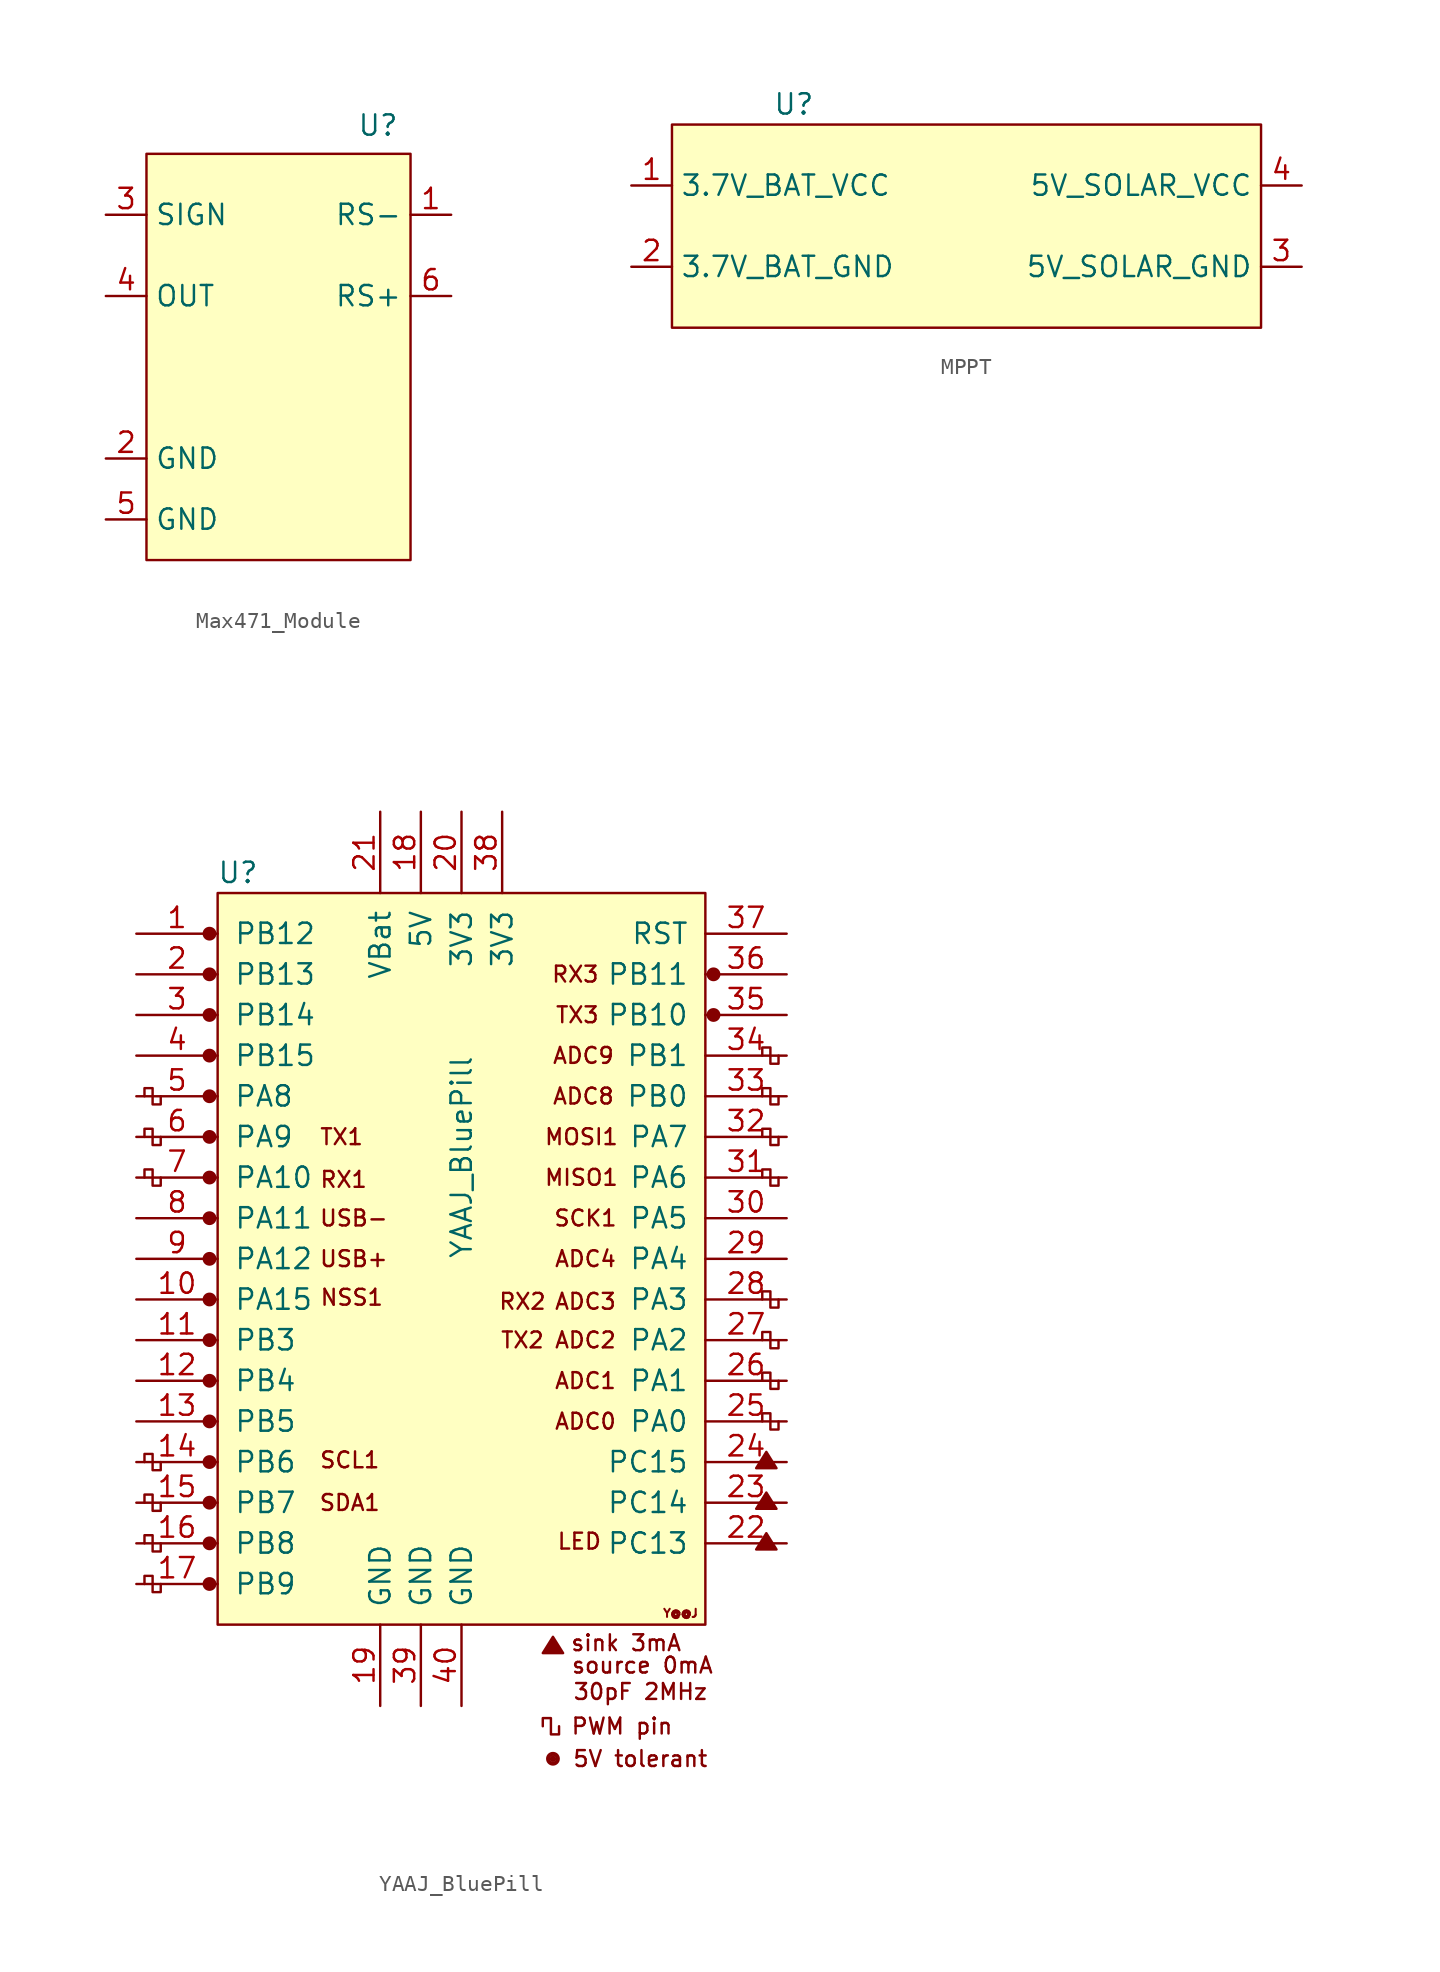
<source format=kicad_sym>
(kicad_symbol_lib
  (version 20231120)
  (generator "kicad_symbol_editor")
  (generator_version "8.0")
  (symbol "Max471_Module"
    (property "Reference" "U"
      (at 5.588 5.588 0)
      (effects (font (size 1.27 1.27))))
    (property "Value" ""
      (at 7.62 -7.62 0)
      (effects (font (size 1.27 1.27))))
    (symbol "Max471_Module_1_1"
      (rectangle (start -8.89 3.81) (end 7.62 -21.59) (stroke (width 0) (type default) (color 132 0 0 1)) (fill (type background)))
      (pin passive line (at 10.16 0 180) (length 2.54) (name "RS-" (effects (font (size 1.27 1.27)))) (number "1" (effects (font (size 1.27 1.27)))))
      (pin passive line (at -11.43 -15.24 0) (length 2.54) (name "GND" (effects (font (size 1.27 1.27)))) (number "2" (effects (font (size 1.27 1.27)))))
      (pin passive line (at -11.43 0 0) (length 2.54) (name "SIGN" (effects (font (size 1.27 1.27)))) (number "3" (effects (font (size 1.27 1.27)))))
      (pin passive line (at -11.43 -5.08 0) (length 2.54) (name "OUT" (effects (font (size 1.27 1.27)))) (number "4" (effects (font (size 1.27 1.27)))))
      (pin passive line (at -11.43 -19.05 0) (length 2.54) (name "GND" (effects (font (size 1.27 1.27)))) (number "5" (effects (font (size 1.27 1.27)))))
      (pin passive line (at 10.16 -5.08 180) (length 2.54) (name "RS+" (effects (font (size 1.27 1.27)))) (number "6" (effects (font (size 1.27 1.27)))))))
  (symbol "MPPT"
    (property "Reference" "U"
      (at 0 0 0)
      (effects (font (size 1.27 1.27))))
    (property "Value" ""
      (at 0 0 0)
      (effects (font (size 1.27 1.27))))
    (symbol "MPPT_1_1"
      (rectangle (start -7.62 -1.27) (end 29.21 -13.97) (stroke (width 0) (type default) (color 132 0 0 1)) (fill (type background)))
      (pin passive line (at -10.16 -5.08 0) (length 2.54) (name "3.7V_BAT_VCC" (effects (font (size 1.27 1.27)))) (number "1" (effects (font (size 1.27 1.27)))))
      (pin passive line (at -10.16 -10.16 0) (length 2.54) (name "3.7V_BAT_GND" (effects (font (size 1.27 1.27)))) (number "2" (effects (font (size 1.27 1.27)))))
      (pin passive line (at 31.75 -10.16 180) (length 2.54) (name "5V_SOLAR_GND" (effects (font (size 1.27 1.27)))) (number "3" (effects (font (size 1.27 1.27)))))
      (pin passive line (at 31.75 -5.08 180) (length 2.54) (name "5V_SOLAR_VCC" (effects (font (size 1.27 1.27)))) (number "4" (effects (font (size 1.27 1.27)))))))
  (symbol "YAAJ_BluePill"
    (pin_names
      (offset 1.016))
    (property "Reference" "U"
      (at -13.97 24.13 0)
      (effects (font (size 1.27 1.27))))
    (property "Value" "YAAJ_BluePill"
      (at 0 6.35 90)
      (effects (font (size 1.27 1.27))))
    (symbol "YAAJ_BluePill_0_0"
      (circle (center -15.748 -20.32) (radius 0.356) (stroke (width 0) (type solid)) (fill (type outline)))
      (circle (center -15.748 -17.78) (radius 0.356) (stroke (width 0) (type solid)) (fill (type outline)))
      (circle (center -15.748 -15.24) (radius 0.356) (stroke (width 0) (type solid)) (fill (type outline)))
      (circle (center -15.748 -12.7) (radius 0.356) (stroke (width 0) (type solid)) (fill (type outline)))
      (circle (center -15.748 -10.16) (radius 0.356) (stroke (width 0) (type solid)) (fill (type outline)))
      (circle (center -15.748 -7.62) (radius 0.356) (stroke (width 0) (type solid)) (fill (type outline)))
      (circle (center -15.748 -5.08) (radius 0.356) (stroke (width 0) (type solid)) (fill (type outline)))
      (circle (center -15.748 -2.54) (radius 0.356) (stroke (width 0) (type solid)) (fill (type outline)))
      (circle (center -15.748 0) (radius 0.356) (stroke (width 0) (type solid)) (fill (type outline)))
      (circle (center -15.748 2.54) (radius 0.356) (stroke (width 0) (type solid)) (fill (type outline)))
      (circle (center -15.748 5.08) (radius 0.356) (stroke (width 0) (type solid)) (fill (type outline)))
      (circle (center -15.748 7.62) (radius 0.356) (stroke (width 0) (type solid)) (fill (type outline)))
      (circle (center -15.748 10.16) (radius 0.356) (stroke (width 0) (type solid)) (fill (type outline)))
      (circle (center -15.748 12.7) (radius 0.356) (stroke (width 0) (type solid)) (fill (type outline)))
      (circle (center -15.748 15.24) (radius 0.356) (stroke (width 0) (type solid)) (fill (type outline)))
      (circle (center -15.748 20.32) (radius 0.356) (stroke (width 0) (type solid)) (fill (type outline)))
      (polyline (pts (xy 5.08 -24.638) (xy 5.715 -23.622) (xy 6.35 -24.638) (xy 5.08 -24.638) (xy 5.715 -23.749) (xy 6.223 -24.638) (xy 5.207 -24.511) (xy 5.715 -23.876) (xy 6.096 -24.638) (xy 5.334 -24.384) (xy 5.842 -24.003) (xy 5.969 -24.638) (xy 5.461 -24.257) (xy 5.969 -24.13) (xy 5.842 -24.511) (xy 5.588 -24.257) (xy 5.842 -24.384) (xy 5.715 -24.13)) (stroke (width 0) (type solid)) (fill (type none)))
      (polyline (pts (xy 18.415 -18.161) (xy 19.05 -17.145) (xy 19.685 -18.161) (xy 18.415 -18.161) (xy 19.05 -17.272) (xy 19.558 -18.161) (xy 18.542 -18.034) (xy 19.05 -17.399) (xy 19.431 -18.161) (xy 18.669 -17.907) (xy 19.177 -17.526) (xy 19.304 -18.161) (xy 18.796 -17.78) (xy 19.304 -17.653) (xy 19.177 -18.034) (xy 18.923 -17.78) (xy 19.177 -17.907) (xy 19.05 -17.653)) (stroke (width 0) (type solid)) (fill (type none)))
      (polyline (pts (xy 18.415 -15.621) (xy 19.05 -14.605) (xy 19.685 -15.621) (xy 18.415 -15.621) (xy 19.05 -14.732) (xy 19.558 -15.621) (xy 18.542 -15.494) (xy 19.05 -14.859) (xy 19.431 -15.621) (xy 18.669 -15.367) (xy 19.177 -14.986) (xy 19.304 -15.621) (xy 18.796 -15.24) (xy 19.304 -15.113) (xy 19.177 -15.494) (xy 18.923 -15.24) (xy 19.177 -15.367) (xy 19.05 -15.113)) (stroke (width 0) (type solid)) (fill (type none)))
      (polyline (pts (xy 18.415 -13.081) (xy 19.05 -12.065) (xy 19.685 -13.081) (xy 18.415 -13.081) (xy 19.05 -12.192) (xy 19.558 -13.081) (xy 18.542 -12.954) (xy 19.05 -12.319) (xy 19.431 -13.081) (xy 18.669 -12.827) (xy 19.177 -12.446) (xy 19.304 -13.081) (xy 18.796 -12.7) (xy 19.304 -12.573) (xy 19.177 -12.954) (xy 18.923 -12.7) (xy 19.177 -12.827) (xy 19.05 -12.573)) (stroke (width 0) (type solid)) (fill (type none)))
      (circle (center 5.715 -31.242) (radius 0.127) (stroke (width 0) (type solid)) (fill (type outline)))
      (circle (center 5.715 -31.242) (radius 0.254) (stroke (width 0) (type solid)) (fill (type none)))
      (circle (center 5.715 -31.242) (radius 0.356) (stroke (width 0) (type solid)) (fill (type none)))
      (circle (center 15.748 15.24) (radius 0.254) (stroke (width 0) (type solid)) (fill (type outline)))
      (circle (center 15.748 15.24) (radius 0.356) (stroke (width 0) (type solid)) (fill (type none)))
      (circle (center 15.748 17.78) (radius 0.254) (stroke (width 0) (type solid)) (fill (type outline)))
      (circle (center 15.748 17.78) (radius 0.356) (stroke (width 0) (type solid)) (fill (type none)))
      (text "30pF 2MHz" (at 11.176 -27.051 0) (effects (font (size 0.991 0.991))))
      (text "5V tolerant" (at 11.176 -31.242 0) (effects (font (size 0.991 0.991))))
      (text "ADC0" (at 7.747 -10.16 0) (effects (font (size 0.991 0.991))))
      (text "ADC1" (at 7.747 -7.62 0) (effects (font (size 0.991 0.991))))
      (text "ADC2" (at 7.747 -5.08 0) (effects (font (size 0.991 0.991))))
      (text "ADC3" (at 7.747 -2.667 0) (effects (font (size 0.991 0.991))))
      (text "ADC4" (at 7.747 0 0) (effects (font (size 0.991 0.991))))
      (text "ADC8" (at 7.62 10.16 0) (effects (font (size 0.991 0.991))))
      (text "ADC9" (at 7.62 12.7 0) (effects (font (size 0.991 0.991))))
      (text "LED" (at 7.366 -17.653 0) (effects (font (size 0.991 0.991))))
      (text "MISO1" (at 7.493 5.08 0) (effects (font (size 0.991 0.991))))
      (text "MOSI1" (at 7.493 7.62 0) (effects (font (size 0.991 0.991))))
      (text "NSS1" (at -6.858 -2.413 0) (effects (font (size 0.991 0.991))))
      (text "PWM pin" (at 10.033 -29.21 0) (effects (font (size 0.991 0.991))))
      (text "RX1" (at -7.366 4.953 0) (effects (font (size 0.991 0.991))))
      (text "RX2" (at 3.81 -2.667 0) (effects (font (size 0.991 0.991))))
      (text "RX3" (at 7.112 17.78 0) (effects (font (size 0.991 0.991))))
      (text "SCK1" (at 7.747 2.54 0) (effects (font (size 0.991 0.991))))
      (text "SCL1" (at -6.985 -12.573 0) (effects (font (size 0.991 0.991))))
      (text "SDA1" (at -6.985 -15.24 0) (effects (font (size 0.991 0.991))))
      (text "sink 3mA" (at 10.287 -24.003 0) (effects (font (size 0.991 0.991))))
      (text "source 0mA" (at 11.303 -25.4 0) (effects (font (size 0.991 0.991))))
      (text "TX1" (at -7.493 7.62 0) (effects (font (size 0.991 0.991))))
      (text "TX2" (at 3.81 -5.08 0) (effects (font (size 0.991 0.991))))
      (text "TX3" (at 7.239 15.24 0) (effects (font (size 0.991 0.991))))
      (text "USB+" (at -6.731 0 0) (effects (font (size 0.991 0.991))))
      (text "USB-" (at -6.731 2.54 0) (effects (font (size 0.991 0.991))))
      (text "Y@@J" (at 13.691 -22.149 0) (effects (font (size 0.508 0.508)))))
    (symbol "YAAJ_BluePill_0_1"
      (rectangle (start -15.24 22.86) (end 15.24 -22.86) (stroke (width 0) (type solid)) (fill (type background)))
      (polyline (pts (xy -18.796 -20.32) (xy -18.796 -20.828) (xy -19.304 -20.828) (xy -19.304 -19.812) (xy -19.812 -19.812) (xy -19.812 -20.32)) (stroke (width 0) (type solid)) (fill (type none)))
      (polyline (pts (xy -18.796 -17.78) (xy -18.796 -18.288) (xy -19.304 -18.288) (xy -19.304 -17.272) (xy -19.812 -17.272) (xy -19.812 -17.78)) (stroke (width 0) (type solid)) (fill (type none)))
      (polyline (pts (xy -18.796 -15.24) (xy -18.796 -15.748) (xy -19.304 -15.748) (xy -19.304 -14.732) (xy -19.812 -14.732) (xy -19.812 -15.24)) (stroke (width 0) (type solid)) (fill (type none)))
      (polyline (pts (xy -18.796 -12.7) (xy -18.796 -13.208) (xy -19.304 -13.208) (xy -19.304 -12.192) (xy -19.812 -12.192) (xy -19.812 -12.7)) (stroke (width 0) (type solid)) (fill (type none)))
      (polyline (pts (xy -18.796 5.08) (xy -18.796 4.572) (xy -19.304 4.572) (xy -19.304 5.588) (xy -19.812 5.588) (xy -19.812 5.08)) (stroke (width 0) (type solid)) (fill (type none)))
      (polyline (pts (xy -18.796 7.62) (xy -18.796 7.112) (xy -19.304 7.112) (xy -19.304 8.128) (xy -19.812 8.128) (xy -19.812 7.62)) (stroke (width 0) (type solid)) (fill (type none)))
      (polyline (pts (xy -18.796 10.16) (xy -18.796 9.652) (xy -19.304 9.652) (xy -19.304 10.668) (xy -19.812 10.668) (xy -19.812 10.16)) (stroke (width 0) (type solid)) (fill (type none)))
      (polyline (pts (xy 6.096 -29.21) (xy 6.096 -29.718) (xy 5.588 -29.718) (xy 5.588 -28.702) (xy 5.08 -28.702) (xy 5.08 -29.21)) (stroke (width 0) (type solid)) (fill (type none)))
      (polyline (pts (xy 19.812 -10.16) (xy 19.812 -10.668) (xy 19.304 -10.668) (xy 19.304 -9.652) (xy 18.796 -9.652) (xy 18.796 -10.16)) (stroke (width 0) (type solid)) (fill (type none)))
      (polyline (pts (xy 19.812 -7.62) (xy 19.812 -8.128) (xy 19.304 -8.128) (xy 19.304 -7.112) (xy 18.796 -7.112) (xy 18.796 -7.62)) (stroke (width 0) (type solid)) (fill (type none)))
      (polyline (pts (xy 19.812 -5.08) (xy 19.812 -5.588) (xy 19.304 -5.588) (xy 19.304 -4.572) (xy 18.796 -4.572) (xy 18.796 -5.08)) (stroke (width 0) (type solid)) (fill (type none)))
      (polyline (pts (xy 19.812 -2.54) (xy 19.812 -3.048) (xy 19.304 -3.048) (xy 19.304 -2.032) (xy 18.796 -2.032) (xy 18.796 -2.54)) (stroke (width 0) (type solid)) (fill (type none)))
      (polyline (pts (xy 19.812 5.08) (xy 19.812 4.572) (xy 19.304 4.572) (xy 19.304 5.588) (xy 18.796 5.588) (xy 18.796 5.08)) (stroke (width 0) (type solid)) (fill (type none)))
      (polyline (pts (xy 19.812 7.62) (xy 19.812 7.112) (xy 19.304 7.112) (xy 19.304 8.128) (xy 18.796 8.128) (xy 18.796 7.62)) (stroke (width 0) (type solid)) (fill (type none)))
      (polyline (pts (xy 19.812 10.16) (xy 19.812 9.652) (xy 19.304 9.652) (xy 19.304 10.668) (xy 18.796 10.668) (xy 18.796 10.16)) (stroke (width 0) (type solid)) (fill (type none)))
      (polyline (pts (xy 19.812 12.7) (xy 19.812 12.192) (xy 19.304 12.192) (xy 19.304 13.208) (xy 18.796 13.208) (xy 18.796 12.7)) (stroke (width 0) (type solid)) (fill (type none))))
    (symbol "YAAJ_BluePill_1_1"
      (circle (center -15.748 17.78) (radius 0.356) (stroke (width 0) (type solid)) (fill (type outline)))
      (pin bidirectional line (at -20.32 20.32 0) (length 5.08) (name "PB12" (effects (font (size 1.27 1.27)))) (number "1" (effects (font (size 1.27 1.27)))))
      (pin bidirectional line (at -20.32 -2.54 0) (length 5.08) (name "PA15" (effects (font (size 1.27 1.27)))) (number "10" (effects (font (size 1.27 1.27)))))
      (pin bidirectional line (at -20.32 -5.08 0) (length 5.08) (name "PB3" (effects (font (size 1.27 1.27)))) (number "11" (effects (font (size 1.27 1.27)))))
      (pin bidirectional line (at -20.32 -7.62 0) (length 5.08) (name "PB4" (effects (font (size 1.27 1.27)))) (number "12" (effects (font (size 1.27 1.27)))))
      (pin bidirectional line (at -20.32 -10.16 0) (length 5.08) (name "PB5" (effects (font (size 1.27 1.27)))) (number "13" (effects (font (size 1.27 1.27)))))
      (pin bidirectional line (at -20.32 -12.7 0) (length 5.08) (name "PB6" (effects (font (size 1.27 1.27)))) (number "14" (effects (font (size 1.27 1.27)))))
      (pin bidirectional line (at -20.32 -15.24 0) (length 5.08) (name "PB7" (effects (font (size 1.27 1.27)))) (number "15" (effects (font (size 1.27 1.27)))))
      (pin bidirectional line (at -20.32 -17.78 0) (length 5.08) (name "PB8" (effects (font (size 1.27 1.27)))) (number "16" (effects (font (size 1.27 1.27)))))
      (pin bidirectional line (at -20.32 -20.32 0) (length 5.08) (name "PB9" (effects (font (size 1.27 1.27)))) (number "17" (effects (font (size 1.27 1.27)))))
      (pin power_in line (at -2.54 27.94 270) (length 5.08) (name "5V" (effects (font (size 1.27 1.27)))) (number "18" (effects (font (size 1.27 1.27)))))
      (pin power_in line (at -5.08 -27.94 90) (length 5.08) (name "GND" (effects (font (size 1.27 1.27)))) (number "19" (effects (font (size 1.27 1.27)))))
      (pin bidirectional line (at -20.32 17.78 0) (length 5.08) (name "PB13" (effects (font (size 1.27 1.27)))) (number "2" (effects (font (size 1.27 1.27)))))
      (pin power_in line (at 0 27.94 270) (length 5.08) (name "3V3" (effects (font (size 1.27 1.27)))) (number "20" (effects (font (size 1.27 1.27)))))
      (pin power_in line (at -5.08 27.94 270) (length 5.08) (name "VBat" (effects (font (size 1.27 1.27)))) (number "21" (effects (font (size 1.27 1.27)))))
      (pin bidirectional line (at 20.32 -17.78 180) (length 5.08) (name "PC13" (effects (font (size 1.27 1.27)))) (number "22" (effects (font (size 1.27 1.27)))))
      (pin bidirectional line (at 20.32 -15.24 180) (length 5.08) (name "PC14" (effects (font (size 1.27 1.27)))) (number "23" (effects (font (size 1.27 1.27)))))
      (pin bidirectional line (at 20.32 -12.7 180) (length 5.08) (name "PC15" (effects (font (size 1.27 1.27)))) (number "24" (effects (font (size 1.27 1.27)))))
      (pin bidirectional line (at 20.32 -10.16 180) (length 5.08) (name "PA0" (effects (font (size 1.27 1.27)))) (number "25" (effects (font (size 1.27 1.27)))))
      (pin bidirectional line (at 20.32 -7.62 180) (length 5.08) (name "PA1" (effects (font (size 1.27 1.27)))) (number "26" (effects (font (size 1.27 1.27)))))
      (pin bidirectional line (at 20.32 -5.08 180) (length 5.08) (name "PA2" (effects (font (size 1.27 1.27)))) (number "27" (effects (font (size 1.27 1.27)))))
      (pin bidirectional line (at 20.32 -2.54 180) (length 5.08) (name "PA3" (effects (font (size 1.27 1.27)))) (number "28" (effects (font (size 1.27 1.27)))))
      (pin bidirectional line (at 20.32 0 180) (length 5.08) (name "PA4" (effects (font (size 1.27 1.27)))) (number "29" (effects (font (size 1.27 1.27)))))
      (pin bidirectional line (at -20.32 15.24 0) (length 5.08) (name "PB14" (effects (font (size 1.27 1.27)))) (number "3" (effects (font (size 1.27 1.27)))))
      (pin bidirectional line (at 20.32 2.54 180) (length 5.08) (name "PA5" (effects (font (size 1.27 1.27)))) (number "30" (effects (font (size 1.27 1.27)))))
      (pin bidirectional line (at 20.32 5.08 180) (length 5.08) (name "PA6" (effects (font (size 1.27 1.27)))) (number "31" (effects (font (size 1.27 1.27)))))
      (pin bidirectional line (at 20.32 7.62 180) (length 5.08) (name "PA7" (effects (font (size 1.27 1.27)))) (number "32" (effects (font (size 1.27 1.27)))))
      (pin bidirectional line (at 20.32 10.16 180) (length 5.08) (name "PB0" (effects (font (size 1.27 1.27)))) (number "33" (effects (font (size 1.27 1.27)))))
      (pin bidirectional line (at 20.32 12.7 180) (length 5.08) (name "PB1" (effects (font (size 1.27 1.27)))) (number "34" (effects (font (size 1.27 1.27)))))
      (pin bidirectional line (at 20.32 15.24 180) (length 5.08) (name "PB10" (effects (font (size 1.27 1.27)))) (number "35" (effects (font (size 1.27 1.27)))))
      (pin bidirectional line (at 20.32 17.78 180) (length 5.08) (name "PB11" (effects (font (size 1.27 1.27)))) (number "36" (effects (font (size 1.27 1.27)))))
      (pin input line (at 20.32 20.32 180) (length 5.08) (name "RST" (effects (font (size 1.27 1.27)))) (number "37" (effects (font (size 1.27 1.27)))))
      (pin power_in line (at 2.54 27.94 270) (length 5.08) (name "3V3" (effects (font (size 1.27 1.27)))) (number "38" (effects (font (size 1.27 1.27)))))
      (pin power_in line (at -2.54 -27.94 90) (length 5.08) (name "GND" (effects (font (size 1.27 1.27)))) (number "39" (effects (font (size 1.27 1.27)))))
      (pin bidirectional line (at -20.32 12.7 0) (length 5.08) (name "PB15" (effects (font (size 1.27 1.27)))) (number "4" (effects (font (size 1.27 1.27)))))
      (pin power_in line (at 0 -27.94 90) (length 5.08) (name "GND" (effects (font (size 1.27 1.27)))) (number "40" (effects (font (size 1.27 1.27)))))
      (pin bidirectional line (at -20.32 10.16 0) (length 5.08) (name "PA8" (effects (font (size 1.27 1.27)))) (number "5" (effects (font (size 1.27 1.27)))))
      (pin bidirectional line (at -20.32 7.62 0) (length 5.08) (name "PA9" (effects (font (size 1.27 1.27)))) (number "6" (effects (font (size 1.27 1.27)))))
      (pin bidirectional line (at -20.32 5.08 0) (length 5.08) (name "PA10" (effects (font (size 1.27 1.27)))) (number "7" (effects (font (size 1.27 1.27)))))
      (pin bidirectional line (at -20.32 2.54 0) (length 5.08) (name "PA11" (effects (font (size 1.27 1.27)))) (number "8" (effects (font (size 1.27 1.27)))))
      (pin bidirectional line (at -20.32 0 0) (length 5.08) (name "PA12" (effects (font (size 1.27 1.27)))) (number "9" (effects (font (size 1.27 1.27))))))))
</source>
